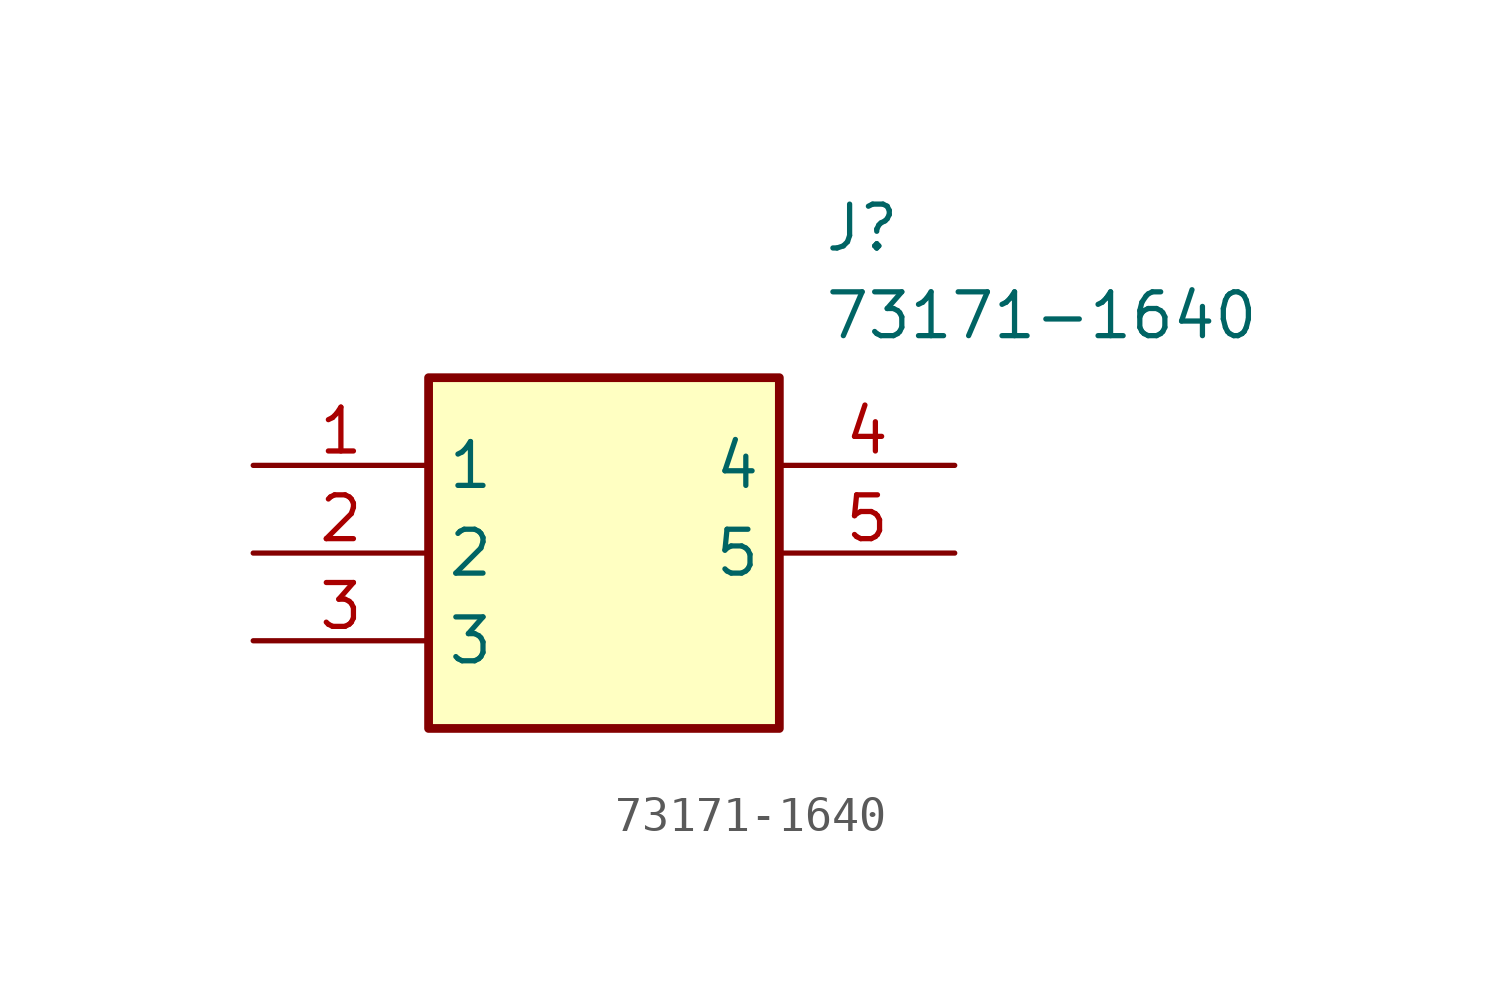
<source format=kicad_sym>
(kicad_symbol_lib
  (version 20231120)
  (generator "kicad_symbol_editor")
  (generator_version "8.0")
  (symbol "73171-1640"
    (property "Reference" "J"
      (at 16.51 7.62 0)
      (effects (font (size 1.27 1.27)) (justify left top)))
    (property "Value" "73171-1640"
      (at 16.51 5.08 0)
      (effects (font (size 1.27 1.27)) (justify left top)))
    (symbol "73171-1640_1_1"
      (rectangle (start 5.08 2.54) (end 15.24 -7.62) (stroke (width 0.254) (type default)) (fill (type background)))
      (pin passive line (at 0 0 0) (length 5.08) (name "1" (effects (font (size 1.27 1.27)))) (number "1" (effects (font (size 1.27 1.27)))))
      (pin passive line (at 0 -2.54 0) (length 5.08) (name "2" (effects (font (size 1.27 1.27)))) (number "2" (effects (font (size 1.27 1.27)))))
      (pin passive line (at 0 -5.08 0) (length 5.08) (name "3" (effects (font (size 1.27 1.27)))) (number "3" (effects (font (size 1.27 1.27)))))
      (pin passive line (at 20.32 0 180) (length 5.08) (name "4" (effects (font (size 1.27 1.27)))) (number "4" (effects (font (size 1.27 1.27)))))
      (pin passive line (at 20.32 -2.54 180) (length 5.08) (name "5" (effects (font (size 1.27 1.27)))) (number "5" (effects (font (size 1.27 1.27))))))))
</source>
